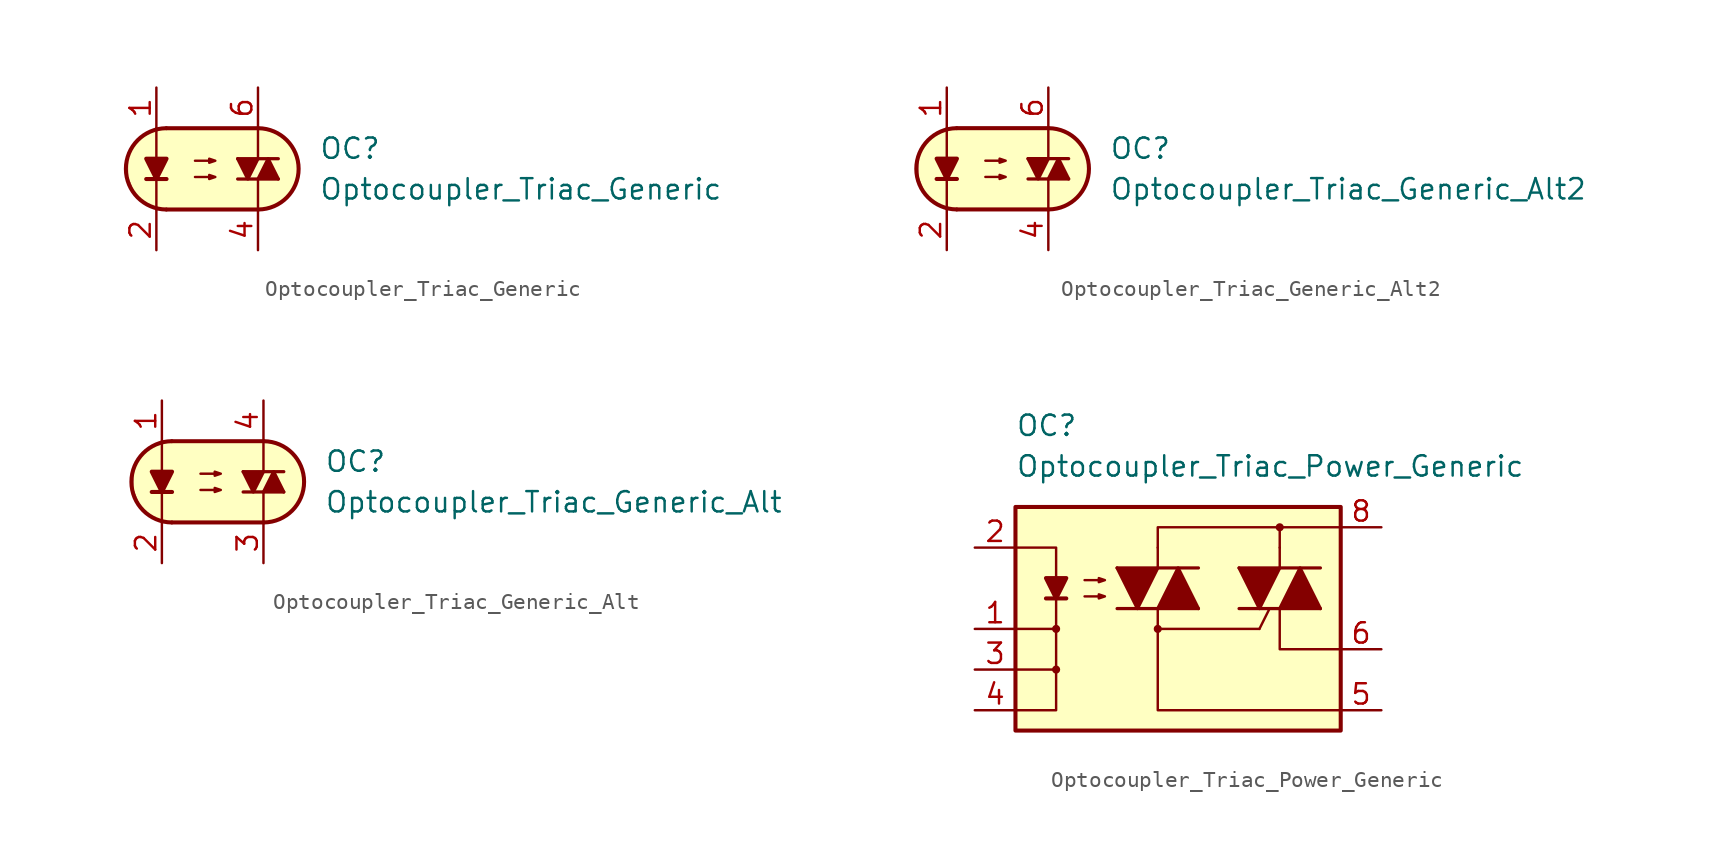
<source format=kicad_sym>
(kicad_symbol_lib
  (version 20231120)
  (generator "kicad_symbol_editor")
  (generator_version "8.0")
  (symbol "Optocoupler_Triac_Generic"
    (pin_names
      (offset 1.016))
    (property "Reference" "OC"
      (at 7.62 1.27 0)
      (effects (font (size 1.27 1.27)) (justify left)))
    (property "Value" "Optocoupler_Triac_Generic"
      (at 7.62 -1.27 0)
      (effects (font (size 1.27 1.27)) (justify left)))
    (symbol "Optocoupler_Triac_Generic_0_1"
      (arc (start -1.9275 2.54) (mid -4.4451 0) (end -1.9275 -2.54) (stroke (width 0.254) (type default)) (fill (type none)))
      (polyline (pts (xy -3.175 -0.635) (xy -1.905 -0.635)) (stroke (width 0.254) (type default)) (fill (type none)))
      (polyline (pts (xy -1.905 2.54) (xy 3.81 2.54)) (stroke (width 0.254) (type default)) (fill (type none)))
      (polyline (pts (xy 3.81 -2.54) (xy -1.905 -2.54)) (stroke (width 0.254) (type default)) (fill (type none)))
      (polyline (pts (xy 3.81 -0.635) (xy 3.81 -2.54)) (stroke (width 0.152) (type default)) (fill (type none)))
      (polyline (pts (xy 3.81 2.54) (xy 3.81 0.635)) (stroke (width 0.152) (type default)) (fill (type none)))
      (polyline (pts (xy -2.54 -2.54) (xy -2.54 -1.27) (xy -2.54 2.54)) (stroke (width 0.152) (type default)) (fill (type none)))
      (polyline (pts (xy -2.54 -0.635) (xy -3.175 0.635) (xy -1.905 0.635) (xy -2.54 -0.635)) (stroke (width 0.254) (type default)) (fill (type outline)))
      (polyline (pts (xy -0.127 -0.508) (xy 1.143 -0.508) (xy 0.762 -0.635) (xy 0.762 -0.381) (xy 1.143 -0.508)) (stroke (width 0) (type default)) (fill (type none)))
      (polyline (pts (xy -0.127 0.508) (xy 1.143 0.508) (xy 0.762 0.381) (xy 0.762 0.635) (xy 1.143 0.508)) (stroke (width 0) (type default)) (fill (type none)))
      (polyline (pts (xy -1.27 2.54) (xy 3.937 2.54) (xy 4.699 2.413) (xy 5.08 2.159) (xy 5.461 1.905) (xy 5.969 1.397) (xy 6.223 0.635) (xy 6.35 0) (xy 6.223 -0.762) (xy 5.842 -1.524) (xy 5.207 -2.159) (xy 4.191 -2.54) (xy -2.54 -2.54) (xy -2.54 -2.54) (xy -3.302 -2.032) (xy -3.81 -1.778) (xy -4.318 -0.508) (xy -4.318 0.254) (xy -4.318 1.016) (xy -3.81 1.778) (xy -3.048 2.286) (xy -2.286 2.54) (xy -1.27 2.54)) (stroke (width 0.01) (type default)) (fill (type background)))
      (arc (start 3.8325 -2.54) (mid 6.3501 0) (end 3.8325 2.54) (stroke (width 0.254) (type default)) (fill (type none))))
    (symbol "Optocoupler_Triac_Generic_1_1"
      (polyline (pts (xy 2.54 -0.635) (xy 5.08 -0.635)) (stroke (width 0.203) (type default)) (fill (type none)))
      (polyline (pts (xy 2.54 0.635) (xy 5.08 0.635)) (stroke (width 0.203) (type default)) (fill (type none)))
      (polyline (pts (xy 2.54 0.635) (xy 3.175 -0.635) (xy 3.81 0.635)) (stroke (width 0.203) (type default)) (fill (type outline)))
      (polyline (pts (xy 3.81 -0.635) (xy 4.445 0.635) (xy 5.08 -0.635)) (stroke (width 0.203) (type default)) (fill (type outline)))
      (pin passive line (at -2.54 5.08 270) (length 2.54) (name "~" (effects (font (size 1.27 1.27)))) (number "1" (effects (font (size 1.27 1.27)))))
      (pin passive line (at -2.54 -5.08 90) (length 2.54) (name "~" (effects (font (size 1.27 1.27)))) (number "2" (effects (font (size 1.27 1.27)))))
      (pin free line (at -1.27 0 0) (length 2.54) hide (name "NC" (effects (font (size 1.27 1.27)))) (number "3" (effects (font (size 1.27 1.27)))))
      (pin passive line (at 3.81 -5.08 90) (length 2.54) (name "~" (effects (font (size 1.27 1.27)))) (number "4" (effects (font (size 1.27 1.27)))))
      (pin no_connect line (at 3.81 0 180) (length 2.54) hide (name "NC" (effects (font (size 1.27 1.27)))) (number "5" (effects (font (size 1.27 1.27)))))
      (pin passive line (at 3.81 5.08 270) (length 2.54) (name "~" (effects (font (size 1.27 1.27)))) (number "6" (effects (font (size 1.27 1.27)))))))
  (symbol "Optocoupler_Triac_Generic_Alt2"
    (pin_names
      (offset 1.016))
    (property "Reference" "OC"
      (at 6.35 1.27 0)
      (effects (font (size 1.27 1.27)) (justify left)))
    (property "Value" "Optocoupler_Triac_Generic_Alt2"
      (at 6.35 -1.27 0)
      (effects (font (size 1.27 1.27)) (justify left)))
    (symbol "Optocoupler_Triac_Generic_Alt2_0_1"
      (arc (start -3.1975 2.54) (mid -5.7151 0) (end -3.1975 -2.54) (stroke (width 0.254) (type default)) (fill (type none)))
      (polyline (pts (xy -4.445 -0.635) (xy -3.175 -0.635)) (stroke (width 0.254) (type default)) (fill (type none)))
      (polyline (pts (xy -3.175 2.54) (xy 2.54 2.54)) (stroke (width 0.254) (type default)) (fill (type none)))
      (polyline (pts (xy 2.54 -2.54) (xy -3.175 -2.54)) (stroke (width 0.254) (type default)) (fill (type none)))
      (polyline (pts (xy 2.54 -0.635) (xy 2.54 -2.54)) (stroke (width 0.152) (type default)) (fill (type none)))
      (polyline (pts (xy 2.54 2.54) (xy 2.54 0.635)) (stroke (width 0.152) (type default)) (fill (type none)))
      (polyline (pts (xy -3.81 -2.54) (xy -3.81 -1.27) (xy -3.81 2.54)) (stroke (width 0.152) (type default)) (fill (type none)))
      (polyline (pts (xy -3.81 -0.635) (xy -4.445 0.635) (xy -3.175 0.635) (xy -3.81 -0.635)) (stroke (width 0.254) (type default)) (fill (type outline)))
      (polyline (pts (xy -1.397 -0.508) (xy -0.127 -0.508) (xy -0.508 -0.635) (xy -0.508 -0.381) (xy -0.127 -0.508)) (stroke (width 0) (type default)) (fill (type none)))
      (polyline (pts (xy -1.397 0.508) (xy -0.127 0.508) (xy -0.508 0.381) (xy -0.508 0.635) (xy -0.127 0.508)) (stroke (width 0) (type default)) (fill (type none)))
      (polyline (pts (xy -2.54 2.54) (xy 2.667 2.54) (xy 3.429 2.413) (xy 3.81 2.159) (xy 4.191 1.905) (xy 4.699 1.397) (xy 4.953 0.635) (xy 5.08 0) (xy 4.953 -0.762) (xy 4.572 -1.524) (xy 3.937 -2.159) (xy 2.921 -2.54) (xy -3.81 -2.54) (xy -3.81 -2.54) (xy -4.572 -2.032) (xy -5.08 -1.778) (xy -5.588 -0.508) (xy -5.588 0.254) (xy -5.588 1.016) (xy -5.08 1.778) (xy -4.318 2.286) (xy -3.556 2.54) (xy -2.54 2.54)) (stroke (width 0.01) (type default)) (fill (type background)))
      (arc (start 2.5625 -2.54) (mid 5.0801 0) (end 2.5625 2.54) (stroke (width 0.254) (type default)) (fill (type none))))
    (symbol "Optocoupler_Triac_Generic_Alt2_1_1"
      (polyline (pts (xy 1.27 -0.635) (xy 3.81 -0.635)) (stroke (width 0.203) (type default)) (fill (type none)))
      (polyline (pts (xy 1.27 0.635) (xy 3.81 0.635)) (stroke (width 0.203) (type default)) (fill (type none)))
      (polyline (pts (xy 1.27 0.635) (xy 1.905 -0.635) (xy 2.54 0.635)) (stroke (width 0.203) (type default)) (fill (type outline)))
      (polyline (pts (xy 2.54 -0.635) (xy 3.175 0.635) (xy 3.81 -0.635)) (stroke (width 0.203) (type default)) (fill (type outline)))
      (pin passive line (at -3.81 5.08 270) (length 2.54) (name "~" (effects (font (size 1.27 1.27)))) (number "1" (effects (font (size 1.27 1.27)))))
      (pin passive line (at -3.81 -5.08 90) (length 2.54) (name "~" (effects (font (size 1.27 1.27)))) (number "2" (effects (font (size 1.27 1.27)))))
      (pin free line (at -1.27 0 0) (length 2.54) hide (name "NC" (effects (font (size 1.27 1.27)))) (number "3" (effects (font (size 1.27 1.27)))))
      (pin passive line (at 2.54 -5.08 90) (length 2.54) (name "~" (effects (font (size 1.27 1.27)))) (number "4" (effects (font (size 1.27 1.27)))))
      (pin passive line (at 2.54 5.08 270) (length 2.54) (name "~" (effects (font (size 1.27 1.27)))) (number "6" (effects (font (size 1.27 1.27)))))))
  (symbol "Optocoupler_Triac_Generic_Alt"
    (pin_names
      (offset 1.016))
    (property "Reference" "OC"
      (at 6.35 1.27 0)
      (effects (font (size 1.27 1.27)) (justify left)))
    (property "Value" "Optocoupler_Triac_Generic_Alt"
      (at 6.35 -1.27 0)
      (effects (font (size 1.27 1.27)) (justify left)))
    (symbol "Optocoupler_Triac_Generic_Alt_0_1"
      (arc (start -3.1975 2.54) (mid -5.7151 0) (end -3.1975 -2.54) (stroke (width 0.254) (type default)) (fill (type none)))
      (polyline (pts (xy -4.445 -0.635) (xy -3.175 -0.635)) (stroke (width 0.254) (type default)) (fill (type none)))
      (polyline (pts (xy -3.175 2.54) (xy 2.54 2.54)) (stroke (width 0.254) (type default)) (fill (type none)))
      (polyline (pts (xy 2.54 -2.54) (xy -3.175 -2.54)) (stroke (width 0.254) (type default)) (fill (type none)))
      (polyline (pts (xy 2.54 -0.635) (xy 2.54 -2.54)) (stroke (width 0.152) (type default)) (fill (type none)))
      (polyline (pts (xy 2.54 2.54) (xy 2.54 0.635)) (stroke (width 0.152) (type default)) (fill (type none)))
      (polyline (pts (xy -3.81 -2.54) (xy -3.81 -1.27) (xy -3.81 2.54)) (stroke (width 0.152) (type default)) (fill (type none)))
      (polyline (pts (xy -3.81 -0.635) (xy -4.445 0.635) (xy -3.175 0.635) (xy -3.81 -0.635)) (stroke (width 0.254) (type default)) (fill (type outline)))
      (polyline (pts (xy -1.397 -0.508) (xy -0.127 -0.508) (xy -0.508 -0.635) (xy -0.508 -0.381) (xy -0.127 -0.508)) (stroke (width 0) (type default)) (fill (type none)))
      (polyline (pts (xy -1.397 0.508) (xy -0.127 0.508) (xy -0.508 0.381) (xy -0.508 0.635) (xy -0.127 0.508)) (stroke (width 0) (type default)) (fill (type none)))
      (polyline (pts (xy -2.54 2.54) (xy 2.667 2.54) (xy 3.429 2.413) (xy 3.81 2.159) (xy 4.191 1.905) (xy 4.699 1.397) (xy 4.953 0.635) (xy 5.08 0) (xy 4.953 -0.762) (xy 4.572 -1.524) (xy 3.937 -2.159) (xy 2.921 -2.54) (xy -3.81 -2.54) (xy -3.81 -2.54) (xy -4.572 -2.032) (xy -5.08 -1.778) (xy -5.588 -0.508) (xy -5.588 0.254) (xy -5.588 1.016) (xy -5.08 1.778) (xy -4.318 2.286) (xy -3.556 2.54) (xy -2.54 2.54)) (stroke (width 0.01) (type default)) (fill (type background)))
      (arc (start 2.5625 -2.54) (mid 5.0801 0) (end 2.5625 2.54) (stroke (width 0.254) (type default)) (fill (type none))))
    (symbol "Optocoupler_Triac_Generic_Alt_1_1"
      (polyline (pts (xy 1.27 -0.635) (xy 3.81 -0.635)) (stroke (width 0.203) (type default)) (fill (type none)))
      (polyline (pts (xy 1.27 0.635) (xy 3.81 0.635)) (stroke (width 0.203) (type default)) (fill (type none)))
      (polyline (pts (xy 1.27 0.635) (xy 1.905 -0.635) (xy 2.54 0.635)) (stroke (width 0.203) (type default)) (fill (type outline)))
      (polyline (pts (xy 2.54 -0.635) (xy 3.175 0.635) (xy 3.81 -0.635)) (stroke (width 0.203) (type default)) (fill (type outline)))
      (pin passive line (at -3.81 5.08 270) (length 2.54) (name "~" (effects (font (size 1.27 1.27)))) (number "1" (effects (font (size 1.27 1.27)))))
      (pin passive line (at -3.81 -5.08 90) (length 2.54) (name "~" (effects (font (size 1.27 1.27)))) (number "2" (effects (font (size 1.27 1.27)))))
      (pin passive line (at 2.54 -5.08 90) (length 2.54) (name "~" (effects (font (size 1.27 1.27)))) (number "3" (effects (font (size 1.27 1.27)))))
      (pin passive line (at 2.54 5.08 270) (length 2.54) (name "~" (effects (font (size 1.27 1.27)))) (number "4" (effects (font (size 1.27 1.27)))))))
  (symbol "Optocoupler_Triac_Power_Generic"
    (pin_names
      (offset 1.016))
    (property "Reference" "OC"
      (at -6.35 10.16 0)
      (effects (font (size 1.27 1.27)) (justify left)))
    (property "Value" "Optocoupler_Triac_Power_Generic"
      (at -6.35 7.62 0)
      (effects (font (size 1.27 1.27)) (justify left)))
    (symbol "Optocoupler_Triac_Power_Generic_0_0"
      (rectangle (start -6.35 5.08) (end 13.97 -8.89) (stroke (width 0.254) (type default)) (fill (type background)))
      (polyline (pts (xy -6.35 -5.08) (xy -3.81 -5.08)) (stroke (width 0) (type default)) (fill (type none)))
      (polyline (pts (xy 10.16 2.54) (xy 10.16 3.81)) (stroke (width 0) (type default)) (fill (type none)))
      (polyline (pts (xy -6.35 -7.62) (xy -3.81 -7.62) (xy -3.81 -2.54)) (stroke (width 0) (type default)) (fill (type none)))
      (polyline (pts (xy 2.54 -1.27) (xy 2.54 -2.54) (xy 8.89 -2.54)) (stroke (width 0) (type default)) (fill (type none)))
      (polyline (pts (xy 13.97 -7.62) (xy 2.54 -7.62) (xy 2.54 -2.54)) (stroke (width 0) (type default)) (fill (type none)))
      (polyline (pts (xy 13.97 -3.81) (xy 10.16 -3.81) (xy 10.16 -1.27)) (stroke (width 0) (type default)) (fill (type none)))
      (polyline (pts (xy 13.97 3.81) (xy 2.54 3.81) (xy 2.54 2.54)) (stroke (width 0) (type default)) (fill (type none)))
      (circle (center 2.54 -2.54) (radius 0.178) (stroke (width 0) (type default)) (fill (type outline))))
    (symbol "Optocoupler_Triac_Power_Generic_0_1"
      (polyline (pts (xy -4.445 -0.635) (xy -3.175 -0.635)) (stroke (width 0.254) (type default)) (fill (type none)))
      (polyline (pts (xy 2.54 2.54) (xy 2.54 1.27)) (stroke (width 0) (type default)) (fill (type none)))
      (polyline (pts (xy -6.35 2.54) (xy -3.81 2.54) (xy -3.81 -0.635)) (stroke (width 0) (type default)) (fill (type none)))
      (polyline (pts (xy -3.81 -0.635) (xy -3.81 -2.54) (xy -6.35 -2.54)) (stroke (width 0) (type default)) (fill (type none)))
      (polyline (pts (xy -3.81 -0.635) (xy -4.445 0.635) (xy -3.175 0.635) (xy -3.81 -0.635)) (stroke (width 0.254) (type default)) (fill (type outline)))
      (polyline (pts (xy -2.032 -0.508) (xy -0.762 -0.508) (xy -1.143 -0.635) (xy -1.143 -0.381) (xy -0.762 -0.508)) (stroke (width 0) (type default)) (fill (type none)))
      (polyline (pts (xy -2.032 0.508) (xy -0.762 0.508) (xy -1.143 0.381) (xy -1.143 0.635) (xy -0.762 0.508)) (stroke (width 0) (type default)) (fill (type none))))
    (symbol "Optocoupler_Triac_Power_Generic_1_1"
      (circle (center -3.81 -5.08) (radius 0.178) (stroke (width 0) (type default)) (fill (type outline)))
      (circle (center -3.81 -2.54) (radius 0.178) (stroke (width 0) (type default)) (fill (type outline)))
      (polyline (pts (xy 0 -1.27) (xy 5.08 -1.27)) (stroke (width 0.203) (type default)) (fill (type none)))
      (polyline (pts (xy 0 1.27) (xy 5.08 1.27)) (stroke (width 0.203) (type default)) (fill (type none)))
      (polyline (pts (xy 7.62 -1.27) (xy 12.7 -1.27)) (stroke (width 0.203) (type default)) (fill (type none)))
      (polyline (pts (xy 7.62 1.27) (xy 12.7 1.27)) (stroke (width 0.203) (type default)) (fill (type none)))
      (polyline (pts (xy 8.89 -2.54) (xy 9.525 -1.27)) (stroke (width 0) (type default)) (fill (type none)))
      (polyline (pts (xy 10.16 2.54) (xy 10.16 1.27)) (stroke (width 0) (type default)) (fill (type none)))
      (polyline (pts (xy 0 1.27) (xy 1.27 -1.27) (xy 2.54 1.27)) (stroke (width 0.203) (type default)) (fill (type outline)))
      (polyline (pts (xy 2.54 -1.27) (xy 3.81 1.27) (xy 5.08 -1.27)) (stroke (width 0.203) (type default)) (fill (type outline)))
      (polyline (pts (xy 7.62 1.27) (xy 8.89 -1.27) (xy 10.16 1.27)) (stroke (width 0.203) (type default)) (fill (type outline)))
      (polyline (pts (xy 10.16 -1.27) (xy 11.43 1.27) (xy 12.7 -1.27)) (stroke (width 0.203) (type default)) (fill (type outline)))
      (circle (center 10.16 3.81) (radius 0.178) (stroke (width 0) (type default)) (fill (type outline)))
      (pin passive line (at -8.89 -2.54 0) (length 2.54) (name "~" (effects (font (size 1.27 1.27)))) (number "1" (effects (font (size 1.27 1.27)))))
      (pin passive line (at -8.89 2.54 0) (length 2.54) (name "~" (effects (font (size 1.27 1.27)))) (number "2" (effects (font (size 1.27 1.27)))))
      (pin passive line (at -8.89 -5.08 0) (length 2.54) (name "~" (effects (font (size 1.27 1.27)))) (number "3" (effects (font (size 1.27 1.27)))))
      (pin passive line (at -8.89 -7.62 0) (length 2.54) (name "~" (effects (font (size 1.27 1.27)))) (number "4" (effects (font (size 1.27 1.27)))))
      (pin passive line (at 16.51 -7.62 180) (length 2.54) (name "~" (effects (font (size 1.27 1.27)))) (number "5" (effects (font (size 1.27 1.27)))))
      (pin passive line (at 16.51 -3.81 180) (length 2.54) (name "~" (effects (font (size 1.27 1.27)))) (number "6" (effects (font (size 1.27 1.27)))))
      (pin passive line (at 16.51 3.81 180) (length 2.54) (name "~" (effects (font (size 1.27 1.27)))) (number "8" (effects (font (size 1.27 1.27))))))))
</source>
